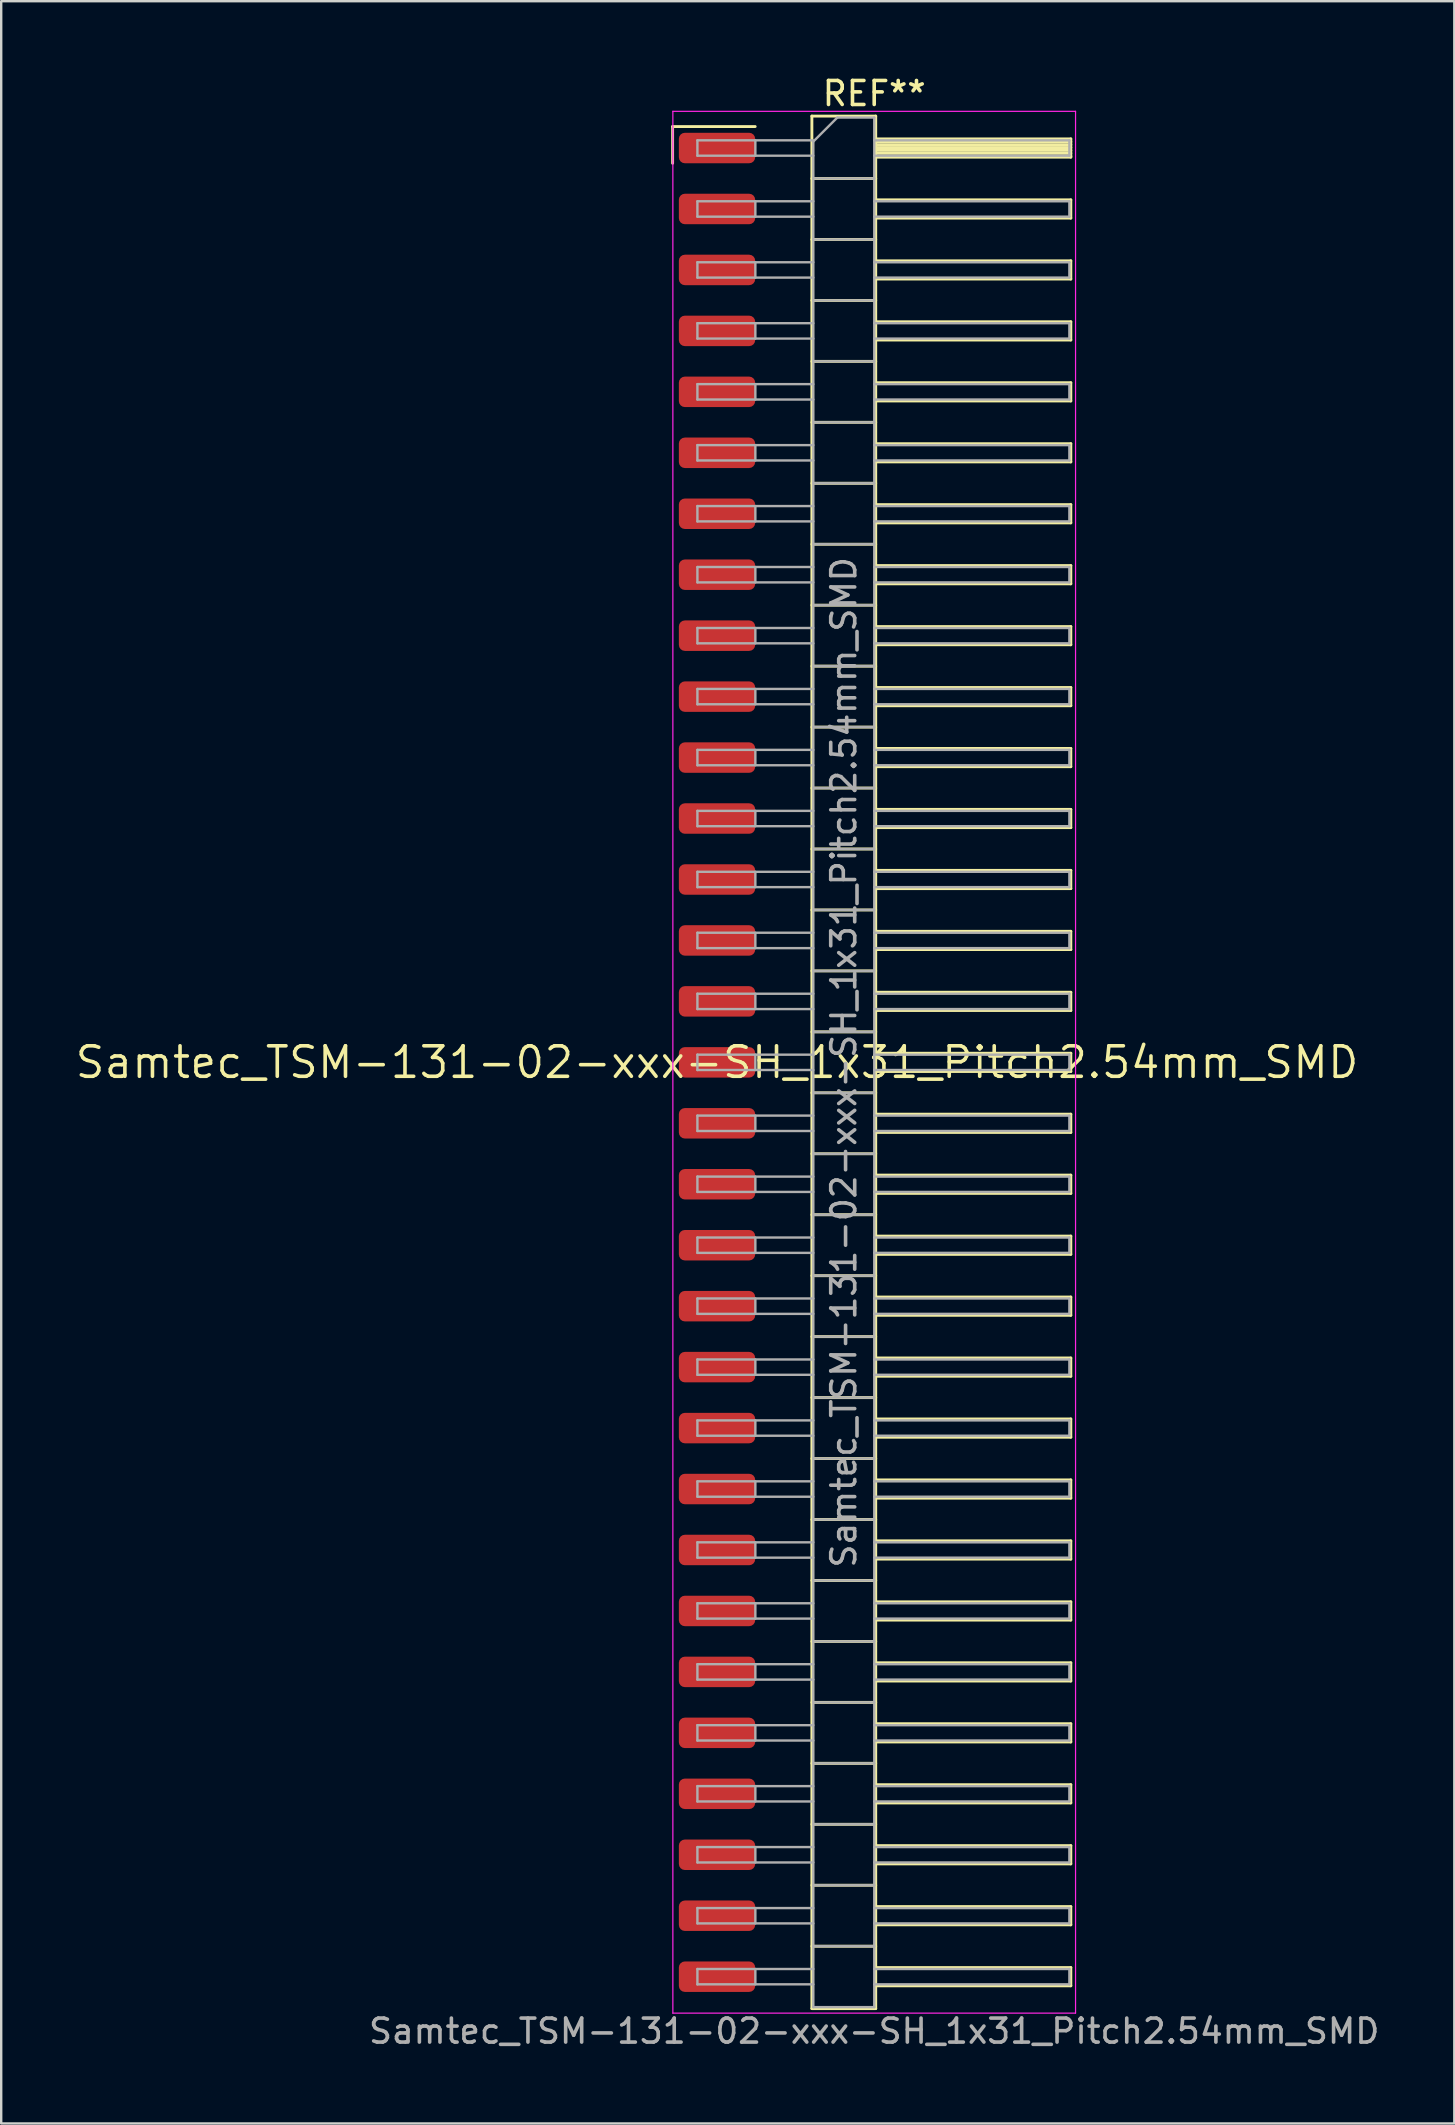
<source format=kicad_pcb>
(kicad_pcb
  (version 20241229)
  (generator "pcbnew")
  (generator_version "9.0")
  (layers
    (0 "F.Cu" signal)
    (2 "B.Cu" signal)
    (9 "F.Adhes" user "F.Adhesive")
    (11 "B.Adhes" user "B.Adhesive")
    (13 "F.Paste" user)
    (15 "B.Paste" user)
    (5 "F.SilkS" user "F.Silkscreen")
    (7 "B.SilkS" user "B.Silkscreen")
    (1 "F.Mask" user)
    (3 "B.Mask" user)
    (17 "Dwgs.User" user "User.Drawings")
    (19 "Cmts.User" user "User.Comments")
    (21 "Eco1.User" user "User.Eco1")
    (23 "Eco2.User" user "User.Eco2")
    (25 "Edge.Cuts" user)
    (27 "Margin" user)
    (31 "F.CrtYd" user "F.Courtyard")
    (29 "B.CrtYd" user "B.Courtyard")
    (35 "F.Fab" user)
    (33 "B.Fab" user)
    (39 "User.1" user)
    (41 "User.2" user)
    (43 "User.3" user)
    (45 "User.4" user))
  (footprint "Samtec_TSM-131-02-xxx-SH_1x31_Pitch2.54mm_SMD"
    (layer "F.Cu")
    (at 26.828 41.218)
    (property "Reference" "Samtec_TSM-131-02-xxx-SH_1x31_Pitch2.54mm_SMD" (at 0 0 0) (layer "F.SilkS") (effects (font (size 1.27 1.27) (thickness 0.15))))
    (attr smd)
    (fp_line (start -1.85 -38.995) (end 1.59 -38.995) (stroke (width 0.12) (type solid)) (layer "F.SilkS"))
    (fp_line (start -1.85 -37.465) (end -1.85 -38.995) (stroke (width 0.12) (type solid)) (layer "F.SilkS"))
    (fp_line (start 3.953 -39.43) (end 6.613 -39.43) (stroke (width 0.12) (type solid)) (layer "F.SilkS"))
    (fp_line (start 3.953 -36.83) (end 6.613 -36.83) (stroke (width 0.12) (type solid)) (layer "F.SilkS"))
    (fp_line (start 3.953 -34.29) (end 6.613 -34.29) (stroke (width 0.12) (type solid)) (layer "F.SilkS"))
    (fp_line (start 3.953 -31.75) (end 6.613 -31.75) (stroke (width 0.12) (type solid)) (layer "F.SilkS"))
    (fp_line (start 3.953 -29.21) (end 6.613 -29.21) (stroke (width 0.12) (type solid)) (layer "F.SilkS"))
    (fp_line (start 3.953 -26.67) (end 6.613 -26.67) (stroke (width 0.12) (type solid)) (layer "F.SilkS"))
    (fp_line (start 3.953 -24.13) (end 6.613 -24.13) (stroke (width 0.12) (type solid)) (layer "F.SilkS"))
    (fp_line (start 3.953 -21.59) (end 6.613 -21.59) (stroke (width 0.12) (type solid)) (layer "F.SilkS"))
    (fp_line (start 3.953 -19.05) (end 6.613 -19.05) (stroke (width 0.12) (type solid)) (layer "F.SilkS"))
    (fp_line (start 3.953 -16.51) (end 6.613 -16.51) (stroke (width 0.12) (type solid)) (layer "F.SilkS"))
    (fp_line (start 3.953 -13.97) (end 6.613 -13.97) (stroke (width 0.12) (type solid)) (layer "F.SilkS"))
    (fp_line (start 3.953 -11.43) (end 6.613 -11.43) (stroke (width 0.12) (type solid)) (layer "F.SilkS"))
    (fp_line (start 3.953 -8.89) (end 6.613 -8.89) (stroke (width 0.12) (type solid)) (layer "F.SilkS"))
    (fp_line (start 3.953 -6.35) (end 6.613 -6.35) (stroke (width 0.12) (type solid)) (layer "F.SilkS"))
    (fp_line (start 3.953 -3.81) (end 6.613 -3.81) (stroke (width 0.12) (type solid)) (layer "F.SilkS"))
    (fp_line (start 3.953 -1.27) (end 6.613 -1.27) (stroke (width 0.12) (type solid)) (layer "F.SilkS"))
    (fp_line (start 3.953 1.27) (end 6.613 1.27) (stroke (width 0.12) (type solid)) (layer "F.SilkS"))
    (fp_line (start 3.953 3.81) (end 6.613 3.81) (stroke (width 0.12) (type solid)) (layer "F.SilkS"))
    (fp_line (start 3.953 6.35) (end 6.613 6.35) (stroke (width 0.12) (type solid)) (layer "F.SilkS"))
    (fp_line (start 3.953 8.89) (end 6.613 8.89) (stroke (width 0.12) (type solid)) (layer "F.SilkS"))
    (fp_line (start 3.953 11.43) (end 6.613 11.43) (stroke (width 0.12) (type solid)) (layer "F.SilkS"))
    (fp_line (start 3.953 13.97) (end 6.613 13.97) (stroke (width 0.12) (type solid)) (layer "F.SilkS"))
    (fp_line (start 3.953 16.51) (end 6.613 16.51) (stroke (width 0.12) (type solid)) (layer "F.SilkS"))
    (fp_line (start 3.953 19.05) (end 6.613 19.05) (stroke (width 0.12) (type solid)) (layer "F.SilkS"))
    (fp_line (start 3.953 21.59) (end 6.613 21.59) (stroke (width 0.12) (type solid)) (layer "F.SilkS"))
    (fp_line (start 3.953 24.13) (end 6.613 24.13) (stroke (width 0.12) (type solid)) (layer "F.SilkS"))
    (fp_line (start 3.953 26.67) (end 6.613 26.67) (stroke (width 0.12) (type solid)) (layer "F.SilkS"))
    (fp_line (start 3.953 29.21) (end 6.613 29.21) (stroke (width 0.12) (type solid)) (layer "F.SilkS"))
    (fp_line (start 3.953 31.75) (end 6.613 31.75) (stroke (width 0.12) (type solid)) (layer "F.SilkS"))
    (fp_line (start 3.953 34.29) (end 6.613 34.29) (stroke (width 0.12) (type solid)) (layer "F.SilkS"))
    (fp_line (start 3.953 36.83) (end 6.613 36.83) (stroke (width 0.12) (type solid)) (layer "F.SilkS"))
    (fp_line (start 3.953 39.43) (end 3.953 -39.43) (stroke (width 0.12) (type solid)) (layer "F.SilkS"))
    (fp_line (start 6.613 -39.43) (end 6.613 39.43) (stroke (width 0.12) (type solid)) (layer "F.SilkS"))
    (fp_line (start 6.613 -38.48) (end 14.743 -38.48) (stroke (width 0.12) (type solid)) (layer "F.SilkS"))
    (fp_line (start 6.613 -38.36) (end 14.743 -38.36) (stroke (width 0.12) (type solid)) (layer "F.SilkS"))
    (fp_line (start 6.613 -38.24) (end 14.743 -38.24) (stroke (width 0.12) (type solid)) (layer "F.SilkS"))
    (fp_line (start 6.613 -38.12) (end 14.743 -38.12) (stroke (width 0.12) (type solid)) (layer "F.SilkS"))
    (fp_line (start 6.613 -38) (end 14.743 -38) (stroke (width 0.12) (type solid)) (layer "F.SilkS"))
    (fp_line (start 6.613 -37.88) (end 14.743 -37.88) (stroke (width 0.12) (type solid)) (layer "F.SilkS"))
    (fp_line (start 6.613 -37.76) (end 14.743 -37.76) (stroke (width 0.12) (type solid)) (layer "F.SilkS"))
    (fp_line (start 6.613 -37.72) (end 14.743 -37.72) (stroke (width 0.12) (type solid)) (layer "F.SilkS"))
    (fp_line (start 6.613 -35.94) (end 14.743 -35.94) (stroke (width 0.12) (type solid)) (layer "F.SilkS"))
    (fp_line (start 6.613 -35.18) (end 14.743 -35.18) (stroke (width 0.12) (type solid)) (layer "F.SilkS"))
    (fp_line (start 6.613 -33.4) (end 14.743 -33.4) (stroke (width 0.12) (type solid)) (layer "F.SilkS"))
    (fp_line (start 6.613 -32.64) (end 14.743 -32.64) (stroke (width 0.12) (type solid)) (layer "F.SilkS"))
    (fp_line (start 6.613 -30.86) (end 14.743 -30.86) (stroke (width 0.12) (type solid)) (layer "F.SilkS"))
    (fp_line (start 6.613 -30.1) (end 14.743 -30.1) (stroke (width 0.12) (type solid)) (layer "F.SilkS"))
    (fp_line (start 6.613 -28.32) (end 14.743 -28.32) (stroke (width 0.12) (type solid)) (layer "F.SilkS"))
    (fp_line (start 6.613 -27.56) (end 14.743 -27.56) (stroke (width 0.12) (type solid)) (layer "F.SilkS"))
    (fp_line (start 6.613 -25.78) (end 14.743 -25.78) (stroke (width 0.12) (type solid)) (layer "F.SilkS"))
    (fp_line (start 6.613 -25.02) (end 14.743 -25.02) (stroke (width 0.12) (type solid)) (layer "F.SilkS"))
    (fp_line (start 6.613 -23.24) (end 14.743 -23.24) (stroke (width 0.12) (type solid)) (layer "F.SilkS"))
    (fp_line (start 6.613 -22.48) (end 14.743 -22.48) (stroke (width 0.12) (type solid)) (layer "F.SilkS"))
    (fp_line (start 6.613 -20.7) (end 14.743 -20.7) (stroke (width 0.12) (type solid)) (layer "F.SilkS"))
    (fp_line (start 6.613 -19.94) (end 14.743 -19.94) (stroke (width 0.12) (type solid)) (layer "F.SilkS"))
    (fp_line (start 6.613 -18.16) (end 14.743 -18.16) (stroke (width 0.12) (type solid)) (layer "F.SilkS"))
    (fp_line (start 6.613 -17.4) (end 14.743 -17.4) (stroke (width 0.12) (type solid)) (layer "F.SilkS"))
    (fp_line (start 6.613 -15.62) (end 14.743 -15.62) (stroke (width 0.12) (type solid)) (layer "F.SilkS"))
    (fp_line (start 6.613 -14.86) (end 14.743 -14.86) (stroke (width 0.12) (type solid)) (layer "F.SilkS"))
    (fp_line (start 6.613 -13.08) (end 14.743 -13.08) (stroke (width 0.12) (type solid)) (layer "F.SilkS"))
    (fp_line (start 6.613 -12.32) (end 14.743 -12.32) (stroke (width 0.12) (type solid)) (layer "F.SilkS"))
    (fp_line (start 6.613 -10.54) (end 14.743 -10.54) (stroke (width 0.12) (type solid)) (layer "F.SilkS"))
    (fp_line (start 6.613 -9.78) (end 14.743 -9.78) (stroke (width 0.12) (type solid)) (layer "F.SilkS"))
    (fp_line (start 6.613 -8) (end 14.743 -8) (stroke (width 0.12) (type solid)) (layer "F.SilkS"))
    (fp_line (start 6.613 -7.24) (end 14.743 -7.24) (stroke (width 0.12) (type solid)) (layer "F.SilkS"))
    (fp_line (start 6.613 -5.46) (end 14.743 -5.46) (stroke (width 0.12) (type solid)) (layer "F.SilkS"))
    (fp_line (start 6.613 -4.7) (end 14.743 -4.7) (stroke (width 0.12) (type solid)) (layer "F.SilkS"))
    (fp_line (start 6.613 -2.92) (end 14.743 -2.92) (stroke (width 0.12) (type solid)) (layer "F.SilkS"))
    (fp_line (start 6.613 -2.16) (end 14.743 -2.16) (stroke (width 0.12) (type solid)) (layer "F.SilkS"))
    (fp_line (start 6.613 -0.38) (end 14.743 -0.38) (stroke (width 0.12) (type solid)) (layer "F.SilkS"))
    (fp_line (start 6.613 0.38) (end 14.743 0.38) (stroke (width 0.12) (type solid)) (layer "F.SilkS"))
    (fp_line (start 6.613 2.16) (end 14.743 2.16) (stroke (width 0.12) (type solid)) (layer "F.SilkS"))
    (fp_line (start 6.613 2.92) (end 14.743 2.92) (stroke (width 0.12) (type solid)) (layer "F.SilkS"))
    (fp_line (start 6.613 4.7) (end 14.743 4.7) (stroke (width 0.12) (type solid)) (layer "F.SilkS"))
    (fp_line (start 6.613 5.46) (end 14.743 5.46) (stroke (width 0.12) (type solid)) (layer "F.SilkS"))
    (fp_line (start 6.613 7.24) (end 14.743 7.24) (stroke (width 0.12) (type solid)) (layer "F.SilkS"))
    (fp_line (start 6.613 8) (end 14.743 8) (stroke (width 0.12) (type solid)) (layer "F.SilkS"))
    (fp_line (start 6.613 9.78) (end 14.743 9.78) (stroke (width 0.12) (type solid)) (layer "F.SilkS"))
    (fp_line (start 6.613 10.54) (end 14.743 10.54) (stroke (width 0.12) (type solid)) (layer "F.SilkS"))
    (fp_line (start 6.613 12.32) (end 14.743 12.32) (stroke (width 0.12) (type solid)) (layer "F.SilkS"))
    (fp_line (start 6.613 13.08) (end 14.743 13.08) (stroke (width 0.12) (type solid)) (layer "F.SilkS"))
    (fp_line (start 6.613 14.86) (end 14.743 14.86) (stroke (width 0.12) (type solid)) (layer "F.SilkS"))
    (fp_line (start 6.613 15.62) (end 14.743 15.62) (stroke (width 0.12) (type solid)) (layer "F.SilkS"))
    (fp_line (start 6.613 17.4) (end 14.743 17.4) (stroke (width 0.12) (type solid)) (layer "F.SilkS"))
    (fp_line (start 6.613 18.16) (end 14.743 18.16) (stroke (width 0.12) (type solid)) (layer "F.SilkS"))
    (fp_line (start 6.613 19.94) (end 14.743 19.94) (stroke (width 0.12) (type solid)) (layer "F.SilkS"))
    (fp_line (start 6.613 20.7) (end 14.743 20.7) (stroke (width 0.12) (type solid)) (layer "F.SilkS"))
    (fp_line (start 6.613 22.48) (end 14.743 22.48) (stroke (width 0.12) (type solid)) (layer "F.SilkS"))
    (fp_line (start 6.613 23.24) (end 14.743 23.24) (stroke (width 0.12) (type solid)) (layer "F.SilkS"))
    (fp_line (start 6.613 25.02) (end 14.743 25.02) (stroke (width 0.12) (type solid)) (layer "F.SilkS"))
    (fp_line (start 6.613 25.78) (end 14.743 25.78) (stroke (width 0.12) (type solid)) (layer "F.SilkS"))
    (fp_line (start 6.613 27.56) (end 14.743 27.56) (stroke (width 0.12) (type solid)) (layer "F.SilkS"))
    (fp_line (start 6.613 28.32) (end 14.743 28.32) (stroke (width 0.12) (type solid)) (layer "F.SilkS"))
    (fp_line (start 6.613 30.1) (end 14.743 30.1) (stroke (width 0.12) (type solid)) (layer "F.SilkS"))
    (fp_line (start 6.613 30.86) (end 14.743 30.86) (stroke (width 0.12) (type solid)) (layer "F.SilkS"))
    (fp_line (start 6.613 32.64) (end 14.743 32.64) (stroke (width 0.12) (type solid)) (layer "F.SilkS"))
    (fp_line (start 6.613 33.4) (end 14.743 33.4) (stroke (width 0.12) (type solid)) (layer "F.SilkS"))
    (fp_line (start 6.613 35.18) (end 14.743 35.18) (stroke (width 0.12) (type solid)) (layer "F.SilkS"))
    (fp_line (start 6.613 35.94) (end 14.743 35.94) (stroke (width 0.12) (type solid)) (layer "F.SilkS"))
    (fp_line (start 6.613 37.72) (end 14.743 37.72) (stroke (width 0.12) (type solid)) (layer "F.SilkS"))
    (fp_line (start 6.613 38.48) (end 14.743 38.48) (stroke (width 0.12) (type solid)) (layer "F.SilkS"))
    (fp_line (start 6.613 39.43) (end 3.953 39.43) (stroke (width 0.12) (type solid)) (layer "F.SilkS"))
    (fp_line (start 14.743 -38.48) (end 14.743 -37.72) (stroke (width 0.12) (type solid)) (layer "F.SilkS"))
    (fp_line (start 14.743 -35.94) (end 14.743 -35.18) (stroke (width 0.12) (type solid)) (layer "F.SilkS"))
    (fp_line (start 14.743 -33.4) (end 14.743 -32.64) (stroke (width 0.12) (type solid)) (layer "F.SilkS"))
    (fp_line (start 14.743 -30.86) (end 14.743 -30.1) (stroke (width 0.12) (type solid)) (layer "F.SilkS"))
    (fp_line (start 14.743 -28.32) (end 14.743 -27.56) (stroke (width 0.12) (type solid)) (layer "F.SilkS"))
    (fp_line (start 14.743 -25.78) (end 14.743 -25.02) (stroke (width 0.12) (type solid)) (layer "F.SilkS"))
    (fp_line (start 14.743 -23.24) (end 14.743 -22.48) (stroke (width 0.12) (type solid)) (layer "F.SilkS"))
    (fp_line (start 14.743 -20.7) (end 14.743 -19.94) (stroke (width 0.12) (type solid)) (layer "F.SilkS"))
    (fp_line (start 14.743 -18.16) (end 14.743 -17.4) (stroke (width 0.12) (type solid)) (layer "F.SilkS"))
    (fp_line (start 14.743 -15.62) (end 14.743 -14.86) (stroke (width 0.12) (type solid)) (layer "F.SilkS"))
    (fp_line (start 14.743 -13.08) (end 14.743 -12.32) (stroke (width 0.12) (type solid)) (layer "F.SilkS"))
    (fp_line (start 14.743 -10.54) (end 14.743 -9.78) (stroke (width 0.12) (type solid)) (layer "F.SilkS"))
    (fp_line (start 14.743 -8) (end 14.743 -7.24) (stroke (width 0.12) (type solid)) (layer "F.SilkS"))
    (fp_line (start 14.743 -5.46) (end 14.743 -4.7) (stroke (width 0.12) (type solid)) (layer "F.SilkS"))
    (fp_line (start 14.743 -2.92) (end 14.743 -2.16) (stroke (width 0.12) (type solid)) (layer "F.SilkS"))
    (fp_line (start 14.743 -0.38) (end 14.743 0.38) (stroke (width 0.12) (type solid)) (layer "F.SilkS"))
    (fp_line (start 14.743 2.16) (end 14.743 2.92) (stroke (width 0.12) (type solid)) (layer "F.SilkS"))
    (fp_line (start 14.743 4.7) (end 14.743 5.46) (stroke (width 0.12) (type solid)) (layer "F.SilkS"))
    (fp_line (start 14.743 7.24) (end 14.743 8) (stroke (width 0.12) (type solid)) (layer "F.SilkS"))
    (fp_line (start 14.743 9.78) (end 14.743 10.54) (stroke (width 0.12) (type solid)) (layer "F.SilkS"))
    (fp_line (start 14.743 12.32) (end 14.743 13.08) (stroke (width 0.12) (type solid)) (layer "F.SilkS"))
    (fp_line (start 14.743 14.86) (end 14.743 15.62) (stroke (width 0.12) (type solid)) (layer "F.SilkS"))
    (fp_line (start 14.743 17.4) (end 14.743 18.16) (stroke (width 0.12) (type solid)) (layer "F.SilkS"))
    (fp_line (start 14.743 19.94) (end 14.743 20.7) (stroke (width 0.12) (type solid)) (layer "F.SilkS"))
    (fp_line (start 14.743 22.48) (end 14.743 23.24) (stroke (width 0.12) (type solid)) (layer "F.SilkS"))
    (fp_line (start 14.743 25.02) (end 14.743 25.78) (stroke (width 0.12) (type solid)) (layer "F.SilkS"))
    (fp_line (start 14.743 27.56) (end 14.743 28.32) (stroke (width 0.12) (type solid)) (layer "F.SilkS"))
    (fp_line (start 14.743 30.1) (end 14.743 30.86) (stroke (width 0.12) (type solid)) (layer "F.SilkS"))
    (fp_line (start 14.743 32.64) (end 14.743 33.4) (stroke (width 0.12) (type solid)) (layer "F.SilkS"))
    (fp_line (start 14.743 35.18) (end 14.743 35.94) (stroke (width 0.12) (type solid)) (layer "F.SilkS"))
    (fp_line (start 14.743 37.72) (end 14.743 38.48) (stroke (width 0.12) (type solid)) (layer "F.SilkS"))
    (fp_line (start -1.84 -39.63) (end 14.94 -39.63) (stroke (width 0.05) (type solid)) (layer "F.CrtYd"))
    (fp_line (start -1.84 39.62) (end -1.84 -39.63) (stroke (width 0.05) (type solid)) (layer "F.CrtYd"))
    (fp_line (start 14.94 -39.63) (end 14.94 39.62) (stroke (width 0.05) (type solid)) (layer "F.CrtYd"))
    (fp_line (start 14.94 39.62) (end -1.84 39.62) (stroke (width 0.05) (type solid)) (layer "F.CrtYd"))
    (fp_line (start -0.817 -38.42) (end -0.817 -37.78) (stroke (width 0.1) (type solid)) (layer "F.Fab"))
    (fp_line (start -0.817 -38.42) (end 4.013 -38.42) (stroke (width 0.1) (type solid)) (layer "F.Fab"))
    (fp_line (start -0.817 -37.78) (end 4.013 -37.78) (stroke (width 0.1) (type solid)) (layer "F.Fab"))
    (fp_line (start -0.817 -35.88) (end -0.817 -35.24) (stroke (width 0.1) (type solid)) (layer "F.Fab"))
    (fp_line (start -0.817 -35.88) (end 4.013 -35.88) (stroke (width 0.1) (type solid)) (layer "F.Fab"))
    (fp_line (start -0.817 -35.24) (end 4.013 -35.24) (stroke (width 0.1) (type solid)) (layer "F.Fab"))
    (fp_line (start -0.817 -33.34) (end -0.817 -32.7) (stroke (width 0.1) (type solid)) (layer "F.Fab"))
    (fp_line (start -0.817 -33.34) (end 4.013 -33.34) (stroke (width 0.1) (type solid)) (layer "F.Fab"))
    (fp_line (start -0.817 -32.7) (end 4.013 -32.7) (stroke (width 0.1) (type solid)) (layer "F.Fab"))
    (fp_line (start -0.817 -30.8) (end -0.817 -30.16) (stroke (width 0.1) (type solid)) (layer "F.Fab"))
    (fp_line (start -0.817 -30.8) (end 4.013 -30.8) (stroke (width 0.1) (type solid)) (layer "F.Fab"))
    (fp_line (start -0.817 -30.16) (end 4.013 -30.16) (stroke (width 0.1) (type solid)) (layer "F.Fab"))
    (fp_line (start -0.817 -28.26) (end -0.817 -27.62) (stroke (width 0.1) (type solid)) (layer "F.Fab"))
    (fp_line (start -0.817 -28.26) (end 4.013 -28.26) (stroke (width 0.1) (type solid)) (layer "F.Fab"))
    (fp_line (start -0.817 -27.62) (end 4.013 -27.62) (stroke (width 0.1) (type solid)) (layer "F.Fab"))
    (fp_line (start -0.817 -25.72) (end -0.817 -25.08) (stroke (width 0.1) (type solid)) (layer "F.Fab"))
    (fp_line (start -0.817 -25.72) (end 4.013 -25.72) (stroke (width 0.1) (type solid)) (layer "F.Fab"))
    (fp_line (start -0.817 -25.08) (end 4.013 -25.08) (stroke (width 0.1) (type solid)) (layer "F.Fab"))
    (fp_line (start -0.817 -23.18) (end -0.817 -22.54) (stroke (width 0.1) (type solid)) (layer "F.Fab"))
    (fp_line (start -0.817 -23.18) (end 4.013 -23.18) (stroke (width 0.1) (type solid)) (layer "F.Fab"))
    (fp_line (start -0.817 -22.54) (end 4.013 -22.54) (stroke (width 0.1) (type solid)) (layer "F.Fab"))
    (fp_line (start -0.817 -20.64) (end -0.817 -20) (stroke (width 0.1) (type solid)) (layer "F.Fab"))
    (fp_line (start -0.817 -20.64) (end 4.013 -20.64) (stroke (width 0.1) (type solid)) (layer "F.Fab"))
    (fp_line (start -0.817 -20) (end 4.013 -20) (stroke (width 0.1) (type solid)) (layer "F.Fab"))
    (fp_line (start -0.817 -18.1) (end -0.817 -17.46) (stroke (width 0.1) (type solid)) (layer "F.Fab"))
    (fp_line (start -0.817 -18.1) (end 4.013 -18.1) (stroke (width 0.1) (type solid)) (layer "F.Fab"))
    (fp_line (start -0.817 -17.46) (end 4.013 -17.46) (stroke (width 0.1) (type solid)) (layer "F.Fab"))
    (fp_line (start -0.817 -15.56) (end -0.817 -14.92) (stroke (width 0.1) (type solid)) (layer "F.Fab"))
    (fp_line (start -0.817 -15.56) (end 4.013 -15.56) (stroke (width 0.1) (type solid)) (layer "F.Fab"))
    (fp_line (start -0.817 -14.92) (end 4.013 -14.92) (stroke (width 0.1) (type solid)) (layer "F.Fab"))
    (fp_line (start -0.817 -13.02) (end -0.817 -12.38) (stroke (width 0.1) (type solid)) (layer "F.Fab"))
    (fp_line (start -0.817 -13.02) (end 4.013 -13.02) (stroke (width 0.1) (type solid)) (layer "F.Fab"))
    (fp_line (start -0.817 -12.38) (end 4.013 -12.38) (stroke (width 0.1) (type solid)) (layer "F.Fab"))
    (fp_line (start -0.817 -10.48) (end -0.817 -9.84) (stroke (width 0.1) (type solid)) (layer "F.Fab"))
    (fp_line (start -0.817 -10.48) (end 4.013 -10.48) (stroke (width 0.1) (type solid)) (layer "F.Fab"))
    (fp_line (start -0.817 -9.84) (end 4.013 -9.84) (stroke (width 0.1) (type solid)) (layer "F.Fab"))
    (fp_line (start -0.817 -7.94) (end -0.817 -7.3) (stroke (width 0.1) (type solid)) (layer "F.Fab"))
    (fp_line (start -0.817 -7.94) (end 4.013 -7.94) (stroke (width 0.1) (type solid)) (layer "F.Fab"))
    (fp_line (start -0.817 -7.3) (end 4.013 -7.3) (stroke (width 0.1) (type solid)) (layer "F.Fab"))
    (fp_line (start -0.817 -5.4) (end -0.817 -4.76) (stroke (width 0.1) (type solid)) (layer "F.Fab"))
    (fp_line (start -0.817 -5.4) (end 4.013 -5.4) (stroke (width 0.1) (type solid)) (layer "F.Fab"))
    (fp_line (start -0.817 -4.76) (end 4.013 -4.76) (stroke (width 0.1) (type solid)) (layer "F.Fab"))
    (fp_line (start -0.817 -2.86) (end -0.817 -2.22) (stroke (width 0.1) (type solid)) (layer "F.Fab"))
    (fp_line (start -0.817 -2.86) (end 4.013 -2.86) (stroke (width 0.1) (type solid)) (layer "F.Fab"))
    (fp_line (start -0.817 -2.22) (end 4.013 -2.22) (stroke (width 0.1) (type solid)) (layer "F.Fab"))
    (fp_line (start -0.817 -0.32) (end -0.817 0.32) (stroke (width 0.1) (type solid)) (layer "F.Fab"))
    (fp_line (start -0.817 -0.32) (end 4.013 -0.32) (stroke (width 0.1) (type solid)) (layer "F.Fab"))
    (fp_line (start -0.817 0.32) (end 4.013 0.32) (stroke (width 0.1) (type solid)) (layer "F.Fab"))
    (fp_line (start -0.817 2.22) (end -0.817 2.86) (stroke (width 0.1) (type solid)) (layer "F.Fab"))
    (fp_line (start -0.817 2.22) (end 4.013 2.22) (stroke (width 0.1) (type solid)) (layer "F.Fab"))
    (fp_line (start -0.817 2.86) (end 4.013 2.86) (stroke (width 0.1) (type solid)) (layer "F.Fab"))
    (fp_line (start -0.817 4.76) (end -0.817 5.4) (stroke (width 0.1) (type solid)) (layer "F.Fab"))
    (fp_line (start -0.817 4.76) (end 4.013 4.76) (stroke (width 0.1) (type solid)) (layer "F.Fab"))
    (fp_line (start -0.817 5.4) (end 4.013 5.4) (stroke (width 0.1) (type solid)) (layer "F.Fab"))
    (fp_line (start -0.817 7.3) (end -0.817 7.94) (stroke (width 0.1) (type solid)) (layer "F.Fab"))
    (fp_line (start -0.817 7.3) (end 4.013 7.3) (stroke (width 0.1) (type solid)) (layer "F.Fab"))
    (fp_line (start -0.817 7.94) (end 4.013 7.94) (stroke (width 0.1) (type solid)) (layer "F.Fab"))
    (fp_line (start -0.817 9.84) (end -0.817 10.48) (stroke (width 0.1) (type solid)) (layer "F.Fab"))
    (fp_line (start -0.817 9.84) (end 4.013 9.84) (stroke (width 0.1) (type solid)) (layer "F.Fab"))
    (fp_line (start -0.817 10.48) (end 4.013 10.48) (stroke (width 0.1) (type solid)) (layer "F.Fab"))
    (fp_line (start -0.817 12.38) (end -0.817 13.02) (stroke (width 0.1) (type solid)) (layer "F.Fab"))
    (fp_line (start -0.817 12.38) (end 4.013 12.38) (stroke (width 0.1) (type solid)) (layer "F.Fab"))
    (fp_line (start -0.817 13.02) (end 4.013 13.02) (stroke (width 0.1) (type solid)) (layer "F.Fab"))
    (fp_line (start -0.817 14.92) (end -0.817 15.56) (stroke (width 0.1) (type solid)) (layer "F.Fab"))
    (fp_line (start -0.817 14.92) (end 4.013 14.92) (stroke (width 0.1) (type solid)) (layer "F.Fab"))
    (fp_line (start -0.817 15.56) (end 4.013 15.56) (stroke (width 0.1) (type solid)) (layer "F.Fab"))
    (fp_line (start -0.817 17.46) (end -0.817 18.1) (stroke (width 0.1) (type solid)) (layer "F.Fab"))
    (fp_line (start -0.817 17.46) (end 4.013 17.46) (stroke (width 0.1) (type solid)) (layer "F.Fab"))
    (fp_line (start -0.817 18.1) (end 4.013 18.1) (stroke (width 0.1) (type solid)) (layer "F.Fab"))
    (fp_line (start -0.817 20) (end -0.817 20.64) (stroke (width 0.1) (type solid)) (layer "F.Fab"))
    (fp_line (start -0.817 20) (end 4.013 20) (stroke (width 0.1) (type solid)) (layer "F.Fab"))
    (fp_line (start -0.817 20.64) (end 4.013 20.64) (stroke (width 0.1) (type solid)) (layer "F.Fab"))
    (fp_line (start -0.817 22.54) (end -0.817 23.18) (stroke (width 0.1) (type solid)) (layer "F.Fab"))
    (fp_line (start -0.817 22.54) (end 4.013 22.54) (stroke (width 0.1) (type solid)) (layer "F.Fab"))
    (fp_line (start -0.817 23.18) (end 4.013 23.18) (stroke (width 0.1) (type solid)) (layer "F.Fab"))
    (fp_line (start -0.817 25.08) (end -0.817 25.72) (stroke (width 0.1) (type solid)) (layer "F.Fab"))
    (fp_line (start -0.817 25.08) (end 4.013 25.08) (stroke (width 0.1) (type solid)) (layer "F.Fab"))
    (fp_line (start -0.817 25.72) (end 4.013 25.72) (stroke (width 0.1) (type solid)) (layer "F.Fab"))
    (fp_line (start -0.817 27.62) (end -0.817 28.26) (stroke (width 0.1) (type solid)) (layer "F.Fab"))
    (fp_line (start -0.817 27.62) (end 4.013 27.62) (stroke (width 0.1) (type solid)) (layer "F.Fab"))
    (fp_line (start -0.817 28.26) (end 4.013 28.26) (stroke (width 0.1) (type solid)) (layer "F.Fab"))
    (fp_line (start -0.817 30.16) (end -0.817 30.8) (stroke (width 0.1) (type solid)) (layer "F.Fab"))
    (fp_line (start -0.817 30.16) (end 4.013 30.16) (stroke (width 0.1) (type solid)) (layer "F.Fab"))
    (fp_line (start -0.817 30.8) (end 4.013 30.8) (stroke (width 0.1) (type solid)) (layer "F.Fab"))
    (fp_line (start -0.817 32.7) (end -0.817 33.34) (stroke (width 0.1) (type solid)) (layer "F.Fab"))
    (fp_line (start -0.817 32.7) (end 4.013 32.7) (stroke (width 0.1) (type solid)) (layer "F.Fab"))
    (fp_line (start -0.817 33.34) (end 4.013 33.34) (stroke (width 0.1) (type solid)) (layer "F.Fab"))
    (fp_line (start -0.817 35.24) (end -0.817 35.88) (stroke (width 0.1) (type solid)) (layer "F.Fab"))
    (fp_line (start -0.817 35.24) (end 4.013 35.24) (stroke (width 0.1) (type solid)) (layer "F.Fab"))
    (fp_line (start -0.817 35.88) (end 4.013 35.88) (stroke (width 0.1) (type solid)) (layer "F.Fab"))
    (fp_line (start -0.817 37.78) (end -0.817 38.42) (stroke (width 0.1) (type solid)) (layer "F.Fab"))
    (fp_line (start -0.817 37.78) (end 4.013 37.78) (stroke (width 0.1) (type solid)) (layer "F.Fab"))
    (fp_line (start -0.817 38.42) (end 4.013 38.42) (stroke (width 0.1) (type solid)) (layer "F.Fab"))
    (fp_line (start 1.598 -38.42) (end 1.598 -37.78) (stroke (width 0.1) (type solid)) (layer "F.Fab"))
    (fp_line (start 1.598 -35.88) (end 1.598 -35.24) (stroke (width 0.1) (type solid)) (layer "F.Fab"))
    (fp_line (start 1.598 -33.34) (end 1.598 -32.7) (stroke (width 0.1) (type solid)) (layer "F.Fab"))
    (fp_line (start 1.598 -30.8) (end 1.598 -30.16) (stroke (width 0.1) (type solid)) (layer "F.Fab"))
    (fp_line (start 1.598 -28.26) (end 1.598 -27.62) (stroke (width 0.1) (type solid)) (layer "F.Fab"))
    (fp_line (start 1.598 -25.72) (end 1.598 -25.08) (stroke (width 0.1) (type solid)) (layer "F.Fab"))
    (fp_line (start 1.598 -23.18) (end 1.598 -22.54) (stroke (width 0.1) (type solid)) (layer "F.Fab"))
    (fp_line (start 1.598 -20.64) (end 1.598 -20) (stroke (width 0.1) (type solid)) (layer "F.Fab"))
    (fp_line (start 1.598 -18.1) (end 1.598 -17.46) (stroke (width 0.1) (type solid)) (layer "F.Fab"))
    (fp_line (start 1.598 -15.56) (end 1.598 -14.92) (stroke (width 0.1) (type solid)) (layer "F.Fab"))
    (fp_line (start 1.598 -13.02) (end 1.598 -12.38) (stroke (width 0.1) (type solid)) (layer "F.Fab"))
    (fp_line (start 1.598 -10.48) (end 1.598 -9.84) (stroke (width 0.1) (type solid)) (layer "F.Fab"))
    (fp_line (start 1.598 -7.94) (end 1.598 -7.3) (stroke (width 0.1) (type solid)) (layer "F.Fab"))
    (fp_line (start 1.598 -5.4) (end 1.598 -4.76) (stroke (width 0.1) (type solid)) (layer "F.Fab"))
    (fp_line (start 1.598 -2.86) (end 1.598 -2.22) (stroke (width 0.1) (type solid)) (layer "F.Fab"))
    (fp_line (start 1.598 -0.32) (end 1.598 0.32) (stroke (width 0.1) (type solid)) (layer "F.Fab"))
    (fp_line (start 1.598 2.22) (end 1.598 2.86) (stroke (width 0.1) (type solid)) (layer "F.Fab"))
    (fp_line (start 1.598 4.76) (end 1.598 5.4) (stroke (width 0.1) (type solid)) (layer "F.Fab"))
    (fp_line (start 1.598 7.3) (end 1.598 7.94) (stroke (width 0.1) (type solid)) (layer "F.Fab"))
    (fp_line (start 1.598 9.84) (end 1.598 10.48) (stroke (width 0.1) (type solid)) (layer "F.Fab"))
    (fp_line (start 1.598 12.38) (end 1.598 13.02) (stroke (width 0.1) (type solid)) (layer "F.Fab"))
    (fp_line (start 1.598 14.92) (end 1.598 15.56) (stroke (width 0.1) (type solid)) (layer "F.Fab"))
    (fp_line (start 1.598 17.46) (end 1.598 18.1) (stroke (width 0.1) (type solid)) (layer "F.Fab"))
    (fp_line (start 1.598 20) (end 1.598 20.64) (stroke (width 0.1) (type solid)) (layer "F.Fab"))
    (fp_line (start 1.598 22.54) (end 1.598 23.18) (stroke (width 0.1) (type solid)) (layer "F.Fab"))
    (fp_line (start 1.598 25.08) (end 1.598 25.72) (stroke (width 0.1) (type solid)) (layer "F.Fab"))
    (fp_line (start 1.598 27.62) (end 1.598 28.26) (stroke (width 0.1) (type solid)) (layer "F.Fab"))
    (fp_line (start 1.598 30.16) (end 1.598 30.8) (stroke (width 0.1) (type solid)) (layer "F.Fab"))
    (fp_line (start 1.598 32.7) (end 1.598 33.34) (stroke (width 0.1) (type solid)) (layer "F.Fab"))
    (fp_line (start 1.598 35.24) (end 1.598 35.88) (stroke (width 0.1) (type solid)) (layer "F.Fab"))
    (fp_line (start 1.598 37.78) (end 1.598 38.42) (stroke (width 0.1) (type solid)) (layer "F.Fab"))
    (fp_line (start 4.013 -38.37) (end 5.013 -39.37) (stroke (width 0.1) (type solid)) (layer "F.Fab"))
    (fp_line (start 4.013 -36.83) (end 6.553 -36.83) (stroke (width 0.1) (type solid)) (layer "F.Fab"))
    (fp_line (start 4.013 -34.29) (end 6.553 -34.29) (stroke (width 0.1) (type solid)) (layer "F.Fab"))
    (fp_line (start 4.013 -31.75) (end 6.553 -31.75) (stroke (width 0.1) (type solid)) (layer "F.Fab"))
    (fp_line (start 4.013 -29.21) (end 6.553 -29.21) (stroke (width 0.1) (type solid)) (layer "F.Fab"))
    (fp_line (start 4.013 -26.67) (end 6.553 -26.67) (stroke (width 0.1) (type solid)) (layer "F.Fab"))
    (fp_line (start 4.013 -24.13) (end 6.553 -24.13) (stroke (width 0.1) (type solid)) (layer "F.Fab"))
    (fp_line (start 4.013 -21.59) (end 6.553 -21.59) (stroke (width 0.1) (type solid)) (layer "F.Fab"))
    (fp_line (start 4.013 -19.05) (end 6.553 -19.05) (stroke (width 0.1) (type solid)) (layer "F.Fab"))
    (fp_line (start 4.013 -16.51) (end 6.553 -16.51) (stroke (width 0.1) (type solid)) (layer "F.Fab"))
    (fp_line (start 4.013 -13.97) (end 6.553 -13.97) (stroke (width 0.1) (type solid)) (layer "F.Fab"))
    (fp_line (start 4.013 -11.43) (end 6.553 -11.43) (stroke (width 0.1) (type solid)) (layer "F.Fab"))
    (fp_line (start 4.013 -8.89) (end 6.553 -8.89) (stroke (width 0.1) (type solid)) (layer "F.Fab"))
    (fp_line (start 4.013 -6.35) (end 6.553 -6.35) (stroke (width 0.1) (type solid)) (layer "F.Fab"))
    (fp_line (start 4.013 -3.81) (end 6.553 -3.81) (stroke (width 0.1) (type solid)) (layer "F.Fab"))
    (fp_line (start 4.013 -1.27) (end 6.553 -1.27) (stroke (width 0.1) (type solid)) (layer "F.Fab"))
    (fp_line (start 4.013 1.27) (end 6.553 1.27) (stroke (width 0.1) (type solid)) (layer "F.Fab"))
    (fp_line (start 4.013 3.81) (end 6.553 3.81) (stroke (width 0.1) (type solid)) (layer "F.Fab"))
    (fp_line (start 4.013 6.35) (end 6.553 6.35) (stroke (width 0.1) (type solid)) (layer "F.Fab"))
    (fp_line (start 4.013 8.89) (end 6.553 8.89) (stroke (width 0.1) (type solid)) (layer "F.Fab"))
    (fp_line (start 4.013 11.43) (end 6.553 11.43) (stroke (width 0.1) (type solid)) (layer "F.Fab"))
    (fp_line (start 4.013 13.97) (end 6.553 13.97) (stroke (width 0.1) (type solid)) (layer "F.Fab"))
    (fp_line (start 4.013 16.51) (end 6.553 16.51) (stroke (width 0.1) (type solid)) (layer "F.Fab"))
    (fp_line (start 4.013 19.05) (end 6.553 19.05) (stroke (width 0.1) (type solid)) (layer "F.Fab"))
    (fp_line (start 4.013 21.59) (end 6.553 21.59) (stroke (width 0.1) (type solid)) (layer "F.Fab"))
    (fp_line (start 4.013 24.13) (end 6.553 24.13) (stroke (width 0.1) (type solid)) (layer "F.Fab"))
    (fp_line (start 4.013 26.67) (end 6.553 26.67) (stroke (width 0.1) (type solid)) (layer "F.Fab"))
    (fp_line (start 4.013 29.21) (end 6.553 29.21) (stroke (width 0.1) (type solid)) (layer "F.Fab"))
    (fp_line (start 4.013 31.75) (end 6.553 31.75) (stroke (width 0.1) (type solid)) (layer "F.Fab"))
    (fp_line (start 4.013 34.29) (end 6.553 34.29) (stroke (width 0.1) (type solid)) (layer "F.Fab"))
    (fp_line (start 4.013 36.83) (end 6.553 36.83) (stroke (width 0.1) (type solid)) (layer "F.Fab"))
    (fp_line (start 4.013 39.37) (end 4.013 -38.37) (stroke (width 0.1) (type solid)) (layer "F.Fab"))
    (fp_line (start 5.013 -39.37) (end 6.553 -39.37) (stroke (width 0.1) (type solid)) (layer "F.Fab"))
    (fp_line (start 6.553 -39.37) (end 6.553 39.37) (stroke (width 0.1) (type solid)) (layer "F.Fab"))
    (fp_line (start 6.553 -38.42) (end 14.683 -38.42) (stroke (width 0.1) (type solid)) (layer "F.Fab"))
    (fp_line (start 6.553 -37.78) (end 14.683 -37.78) (stroke (width 0.1) (type solid)) (layer "F.Fab"))
    (fp_line (start 6.553 -35.88) (end 14.683 -35.88) (stroke (width 0.1) (type solid)) (layer "F.Fab"))
    (fp_line (start 6.553 -35.24) (end 14.683 -35.24) (stroke (width 0.1) (type solid)) (layer "F.Fab"))
    (fp_line (start 6.553 -33.34) (end 14.683 -33.34) (stroke (width 0.1) (type solid)) (layer "F.Fab"))
    (fp_line (start 6.553 -32.7) (end 14.683 -32.7) (stroke (width 0.1) (type solid)) (layer "F.Fab"))
    (fp_line (start 6.553 -30.8) (end 14.683 -30.8) (stroke (width 0.1) (type solid)) (layer "F.Fab"))
    (fp_line (start 6.553 -30.16) (end 14.683 -30.16) (stroke (width 0.1) (type solid)) (layer "F.Fab"))
    (fp_line (start 6.553 -28.26) (end 14.683 -28.26) (stroke (width 0.1) (type solid)) (layer "F.Fab"))
    (fp_line (start 6.553 -27.62) (end 14.683 -27.62) (stroke (width 0.1) (type solid)) (layer "F.Fab"))
    (fp_line (start 6.553 -25.72) (end 14.683 -25.72) (stroke (width 0.1) (type solid)) (layer "F.Fab"))
    (fp_line (start 6.553 -25.08) (end 14.683 -25.08) (stroke (width 0.1) (type solid)) (layer "F.Fab"))
    (fp_line (start 6.553 -23.18) (end 14.683 -23.18) (stroke (width 0.1) (type solid)) (layer "F.Fab"))
    (fp_line (start 6.553 -22.54) (end 14.683 -22.54) (stroke (width 0.1) (type solid)) (layer "F.Fab"))
    (fp_line (start 6.553 -20.64) (end 14.683 -20.64) (stroke (width 0.1) (type solid)) (layer "F.Fab"))
    (fp_line (start 6.553 -20) (end 14.683 -20) (stroke (width 0.1) (type solid)) (layer "F.Fab"))
    (fp_line (start 6.553 -18.1) (end 14.683 -18.1) (stroke (width 0.1) (type solid)) (layer "F.Fab"))
    (fp_line (start 6.553 -17.46) (end 14.683 -17.46) (stroke (width 0.1) (type solid)) (layer "F.Fab"))
    (fp_line (start 6.553 -15.56) (end 14.683 -15.56) (stroke (width 0.1) (type solid)) (layer "F.Fab"))
    (fp_line (start 6.553 -14.92) (end 14.683 -14.92) (stroke (width 0.1) (type solid)) (layer "F.Fab"))
    (fp_line (start 6.553 -13.02) (end 14.683 -13.02) (stroke (width 0.1) (type solid)) (layer "F.Fab"))
    (fp_line (start 6.553 -12.38) (end 14.683 -12.38) (stroke (width 0.1) (type solid)) (layer "F.Fab"))
    (fp_line (start 6.553 -10.48) (end 14.683 -10.48) (stroke (width 0.1) (type solid)) (layer "F.Fab"))
    (fp_line (start 6.553 -9.84) (end 14.683 -9.84) (stroke (width 0.1) (type solid)) (layer "F.Fab"))
    (fp_line (start 6.553 -7.94) (end 14.683 -7.94) (stroke (width 0.1) (type solid)) (layer "F.Fab"))
    (fp_line (start 6.553 -7.3) (end 14.683 -7.3) (stroke (width 0.1) (type solid)) (layer "F.Fab"))
    (fp_line (start 6.553 -5.4) (end 14.683 -5.4) (stroke (width 0.1) (type solid)) (layer "F.Fab"))
    (fp_line (start 6.553 -4.76) (end 14.683 -4.76) (stroke (width 0.1) (type solid)) (layer "F.Fab"))
    (fp_line (start 6.553 -2.86) (end 14.683 -2.86) (stroke (width 0.1) (type solid)) (layer "F.Fab"))
    (fp_line (start 6.553 -2.22) (end 14.683 -2.22) (stroke (width 0.1) (type solid)) (layer "F.Fab"))
    (fp_line (start 6.553 -0.32) (end 14.683 -0.32) (stroke (width 0.1) (type solid)) (layer "F.Fab"))
    (fp_line (start 6.553 0.32) (end 14.683 0.32) (stroke (width 0.1) (type solid)) (layer "F.Fab"))
    (fp_line (start 6.553 2.22) (end 14.683 2.22) (stroke (width 0.1) (type solid)) (layer "F.Fab"))
    (fp_line (start 6.553 2.86) (end 14.683 2.86) (stroke (width 0.1) (type solid)) (layer "F.Fab"))
    (fp_line (start 6.553 4.76) (end 14.683 4.76) (stroke (width 0.1) (type solid)) (layer "F.Fab"))
    (fp_line (start 6.553 5.4) (end 14.683 5.4) (stroke (width 0.1) (type solid)) (layer "F.Fab"))
    (fp_line (start 6.553 7.3) (end 14.683 7.3) (stroke (width 0.1) (type solid)) (layer "F.Fab"))
    (fp_line (start 6.553 7.94) (end 14.683 7.94) (stroke (width 0.1) (type solid)) (layer "F.Fab"))
    (fp_line (start 6.553 9.84) (end 14.683 9.84) (stroke (width 0.1) (type solid)) (layer "F.Fab"))
    (fp_line (start 6.553 10.48) (end 14.683 10.48) (stroke (width 0.1) (type solid)) (layer "F.Fab"))
    (fp_line (start 6.553 12.38) (end 14.683 12.38) (stroke (width 0.1) (type solid)) (layer "F.Fab"))
    (fp_line (start 6.553 13.02) (end 14.683 13.02) (stroke (width 0.1) (type solid)) (layer "F.Fab"))
    (fp_line (start 6.553 14.92) (end 14.683 14.92) (stroke (width 0.1) (type solid)) (layer "F.Fab"))
    (fp_line (start 6.553 15.56) (end 14.683 15.56) (stroke (width 0.1) (type solid)) (layer "F.Fab"))
    (fp_line (start 6.553 17.46) (end 14.683 17.46) (stroke (width 0.1) (type solid)) (layer "F.Fab"))
    (fp_line (start 6.553 18.1) (end 14.683 18.1) (stroke (width 0.1) (type solid)) (layer "F.Fab"))
    (fp_line (start 6.553 20) (end 14.683 20) (stroke (width 0.1) (type solid)) (layer "F.Fab"))
    (fp_line (start 6.553 20.64) (end 14.683 20.64) (stroke (width 0.1) (type solid)) (layer "F.Fab"))
    (fp_line (start 6.553 22.54) (end 14.683 22.54) (stroke (width 0.1) (type solid)) (layer "F.Fab"))
    (fp_line (start 6.553 23.18) (end 14.683 23.18) (stroke (width 0.1) (type solid)) (layer "F.Fab"))
    (fp_line (start 6.553 25.08) (end 14.683 25.08) (stroke (width 0.1) (type solid)) (layer "F.Fab"))
    (fp_line (start 6.553 25.72) (end 14.683 25.72) (stroke (width 0.1) (type solid)) (layer "F.Fab"))
    (fp_line (start 6.553 27.62) (end 14.683 27.62) (stroke (width 0.1) (type solid)) (layer "F.Fab"))
    (fp_line (start 6.553 28.26) (end 14.683 28.26) (stroke (width 0.1) (type solid)) (layer "F.Fab"))
    (fp_line (start 6.553 30.16) (end 14.683 30.16) (stroke (width 0.1) (type solid)) (layer "F.Fab"))
    (fp_line (start 6.553 30.8) (end 14.683 30.8) (stroke (width 0.1) (type solid)) (layer "F.Fab"))
    (fp_line (start 6.553 32.7) (end 14.683 32.7) (stroke (width 0.1) (type solid)) (layer "F.Fab"))
    (fp_line (start 6.553 33.34) (end 14.683 33.34) (stroke (width 0.1) (type solid)) (layer "F.Fab"))
    (fp_line (start 6.553 35.24) (end 14.683 35.24) (stroke (width 0.1) (type solid)) (layer "F.Fab"))
    (fp_line (start 6.553 35.88) (end 14.683 35.88) (stroke (width 0.1) (type solid)) (layer "F.Fab"))
    (fp_line (start 6.553 37.78) (end 14.683 37.78) (stroke (width 0.1) (type solid)) (layer "F.Fab"))
    (fp_line (start 6.553 38.42) (end 14.683 38.42) (stroke (width 0.1) (type solid)) (layer "F.Fab"))
    (fp_line (start 6.553 39.37) (end 4.013 39.37) (stroke (width 0.1) (type solid)) (layer "F.Fab"))
    (fp_line (start 14.683 -38.42) (end 14.683 -37.78) (stroke (width 0.1) (type solid)) (layer "F.Fab"))
    (fp_line (start 14.683 -35.88) (end 14.683 -35.24) (stroke (width 0.1) (type solid)) (layer "F.Fab"))
    (fp_line (start 14.683 -33.34) (end 14.683 -32.7) (stroke (width 0.1) (type solid)) (layer "F.Fab"))
    (fp_line (start 14.683 -30.8) (end 14.683 -30.16) (stroke (width 0.1) (type solid)) (layer "F.Fab"))
    (fp_line (start 14.683 -28.26) (end 14.683 -27.62) (stroke (width 0.1) (type solid)) (layer "F.Fab"))
    (fp_line (start 14.683 -25.72) (end 14.683 -25.08) (stroke (width 0.1) (type solid)) (layer "F.Fab"))
    (fp_line (start 14.683 -23.18) (end 14.683 -22.54) (stroke (width 0.1) (type solid)) (layer "F.Fab"))
    (fp_line (start 14.683 -20.64) (end 14.683 -20) (stroke (width 0.1) (type solid)) (layer "F.Fab"))
    (fp_line (start 14.683 -18.1) (end 14.683 -17.46) (stroke (width 0.1) (type solid)) (layer "F.Fab"))
    (fp_line (start 14.683 -15.56) (end 14.683 -14.92) (stroke (width 0.1) (type solid)) (layer "F.Fab"))
    (fp_line (start 14.683 -13.02) (end 14.683 -12.38) (stroke (width 0.1) (type solid)) (layer "F.Fab"))
    (fp_line (start 14.683 -10.48) (end 14.683 -9.84) (stroke (width 0.1) (type solid)) (layer "F.Fab"))
    (fp_line (start 14.683 -7.94) (end 14.683 -7.3) (stroke (width 0.1) (type solid)) (layer "F.Fab"))
    (fp_line (start 14.683 -5.4) (end 14.683 -4.76) (stroke (width 0.1) (type solid)) (layer "F.Fab"))
    (fp_line (start 14.683 -2.86) (end 14.683 -2.22) (stroke (width 0.1) (type solid)) (layer "F.Fab"))
    (fp_line (start 14.683 -0.32) (end 14.683 0.32) (stroke (width 0.1) (type solid)) (layer "F.Fab"))
    (fp_line (start 14.683 2.22) (end 14.683 2.86) (stroke (width 0.1) (type solid)) (layer "F.Fab"))
    (fp_line (start 14.683 4.76) (end 14.683 5.4) (stroke (width 0.1) (type solid)) (layer "F.Fab"))
    (fp_line (start 14.683 7.3) (end 14.683 7.94) (stroke (width 0.1) (type solid)) (layer "F.Fab"))
    (fp_line (start 14.683 9.84) (end 14.683 10.48) (stroke (width 0.1) (type solid)) (layer "F.Fab"))
    (fp_line (start 14.683 12.38) (end 14.683 13.02) (stroke (width 0.1) (type solid)) (layer "F.Fab"))
    (fp_line (start 14.683 14.92) (end 14.683 15.56) (stroke (width 0.1) (type solid)) (layer "F.Fab"))
    (fp_line (start 14.683 17.46) (end 14.683 18.1) (stroke (width 0.1) (type solid)) (layer "F.Fab"))
    (fp_line (start 14.683 20) (end 14.683 20.64) (stroke (width 0.1) (type solid)) (layer "F.Fab"))
    (fp_line (start 14.683 22.54) (end 14.683 23.18) (stroke (width 0.1) (type solid)) (layer "F.Fab"))
    (fp_line (start 14.683 25.08) (end 14.683 25.72) (stroke (width 0.1) (type solid)) (layer "F.Fab"))
    (fp_line (start 14.683 27.62) (end 14.683 28.26) (stroke (width 0.1) (type solid)) (layer "F.Fab"))
    (fp_line (start 14.683 30.16) (end 14.683 30.8) (stroke (width 0.1) (type solid)) (layer "F.Fab"))
    (fp_line (start 14.683 32.7) (end 14.683 33.34) (stroke (width 0.1) (type solid)) (layer "F.Fab"))
    (fp_line (start 14.683 35.24) (end 14.683 35.88) (stroke (width 0.1) (type solid)) (layer "F.Fab"))
    (fp_line (start 14.683 37.78) (end 14.683 38.42) (stroke (width 0.1) (type solid)) (layer "F.Fab"))
    (fp_text user "REF**" (at 6.55 -40.37 0) (layer "F.SilkS") (effects (font (size 1 1) (thickness 0.15))))
    (fp_text user "Samtec_TSM-131-02-xxx-SH_1x31_Pitch2.54mm_SMD" (at 6.55 40.37 0) (layer "F.Fab") (effects (font (size 1 1) (thickness 0.15))))
    (fp_text user "${REFERENCE}" (at 5.283 0 90) (layer "F.Fab") (effects (font (size 1 1) (thickness 0.15))))
    (pad "1" smd roundrect (at 0 -38.1) (size 3.18 1.27) (layers "F.Cu" "F.Mask" "F.Paste") (roundrect_rratio 0.197))
    (pad "2" smd roundrect (at 0 -35.56) (size 3.18 1.27) (layers "F.Cu" "F.Mask" "F.Paste") (roundrect_rratio 0.197))
    (pad "3" smd roundrect (at 0 -33.02) (size 3.18 1.27) (layers "F.Cu" "F.Mask" "F.Paste") (roundrect_rratio 0.197))
    (pad "4" smd roundrect (at 0 -30.48) (size 3.18 1.27) (layers "F.Cu" "F.Mask" "F.Paste") (roundrect_rratio 0.197))
    (pad "5" smd roundrect (at 0 -27.94) (size 3.18 1.27) (layers "F.Cu" "F.Mask" "F.Paste") (roundrect_rratio 0.197))
    (pad "6" smd roundrect (at 0 -25.4) (size 3.18 1.27) (layers "F.Cu" "F.Mask" "F.Paste") (roundrect_rratio 0.197))
    (pad "7" smd roundrect (at 0 -22.86) (size 3.18 1.27) (layers "F.Cu" "F.Mask" "F.Paste") (roundrect_rratio 0.197))
    (pad "8" smd roundrect (at 0 -20.32) (size 3.18 1.27) (layers "F.Cu" "F.Mask" "F.Paste") (roundrect_rratio 0.197))
    (pad "9" smd roundrect (at 0 -17.78) (size 3.18 1.27) (layers "F.Cu" "F.Mask" "F.Paste") (roundrect_rratio 0.197))
    (pad "10" smd roundrect (at 0 -15.24) (size 3.18 1.27) (layers "F.Cu" "F.Mask" "F.Paste") (roundrect_rratio 0.197))
    (pad "11" smd roundrect (at 0 -12.7) (size 3.18 1.27) (layers "F.Cu" "F.Mask" "F.Paste") (roundrect_rratio 0.197))
    (pad "12" smd roundrect (at 0 -10.16) (size 3.18 1.27) (layers "F.Cu" "F.Mask" "F.Paste") (roundrect_rratio 0.197))
    (pad "13" smd roundrect (at 0 -7.62) (size 3.18 1.27) (layers "F.Cu" "F.Mask" "F.Paste") (roundrect_rratio 0.197))
    (pad "14" smd roundrect (at 0 -5.08) (size 3.18 1.27) (layers "F.Cu" "F.Mask" "F.Paste") (roundrect_rratio 0.197))
    (pad "15" smd roundrect (at 0 -2.54) (size 3.18 1.27) (layers "F.Cu" "F.Mask" "F.Paste") (roundrect_rratio 0.197))
    (pad "16" smd roundrect (at 0 0) (size 3.18 1.27) (layers "F.Cu" "F.Mask" "F.Paste") (roundrect_rratio 0.197))
    (pad "17" smd roundrect (at 0 2.54) (size 3.18 1.27) (layers "F.Cu" "F.Mask" "F.Paste") (roundrect_rratio 0.197))
    (pad "18" smd roundrect (at 0 5.08) (size 3.18 1.27) (layers "F.Cu" "F.Mask" "F.Paste") (roundrect_rratio 0.197))
    (pad "19" smd roundrect (at 0 7.62) (size 3.18 1.27) (layers "F.Cu" "F.Mask" "F.Paste") (roundrect_rratio 0.197))
    (pad "20" smd roundrect (at 0 10.16) (size 3.18 1.27) (layers "F.Cu" "F.Mask" "F.Paste") (roundrect_rratio 0.197))
    (pad "21" smd roundrect (at 0 12.7) (size 3.18 1.27) (layers "F.Cu" "F.Mask" "F.Paste") (roundrect_rratio 0.197))
    (pad "22" smd roundrect (at 0 15.24) (size 3.18 1.27) (layers "F.Cu" "F.Mask" "F.Paste") (roundrect_rratio 0.197))
    (pad "23" smd roundrect (at 0 17.78) (size 3.18 1.27) (layers "F.Cu" "F.Mask" "F.Paste") (roundrect_rratio 0.197))
    (pad "24" smd roundrect (at 0 20.32) (size 3.18 1.27) (layers "F.Cu" "F.Mask" "F.Paste") (roundrect_rratio 0.197))
    (pad "25" smd roundrect (at 0 22.86) (size 3.18 1.27) (layers "F.Cu" "F.Mask" "F.Paste") (roundrect_rratio 0.197))
    (pad "26" smd roundrect (at 0 25.4) (size 3.18 1.27) (layers "F.Cu" "F.Mask" "F.Paste") (roundrect_rratio 0.197))
    (pad "27" smd roundrect (at 0 27.94) (size 3.18 1.27) (layers "F.Cu" "F.Mask" "F.Paste") (roundrect_rratio 0.197))
    (pad "28" smd roundrect (at 0 30.48) (size 3.18 1.27) (layers "F.Cu" "F.Mask" "F.Paste") (roundrect_rratio 0.197))
    (pad "29" smd roundrect (at 0 33.02) (size 3.18 1.27) (layers "F.Cu" "F.Mask" "F.Paste") (roundrect_rratio 0.197))
    (pad "30" smd roundrect (at 0 35.56) (size 3.18 1.27) (layers "F.Cu" "F.Mask" "F.Paste") (roundrect_rratio 0.197))
    (pad "31" smd roundrect (at 0 38.1) (size 3.18 1.27) (layers "F.Cu" "F.Mask" "F.Paste") (roundrect_rratio 0.197)))
  (gr_rect
    (start -3 -3)
    (end 57.551 85.436)
    (stroke (width 0.1) (type default))
    (fill no)
    (layer "Edge.Cuts")))
</source>
